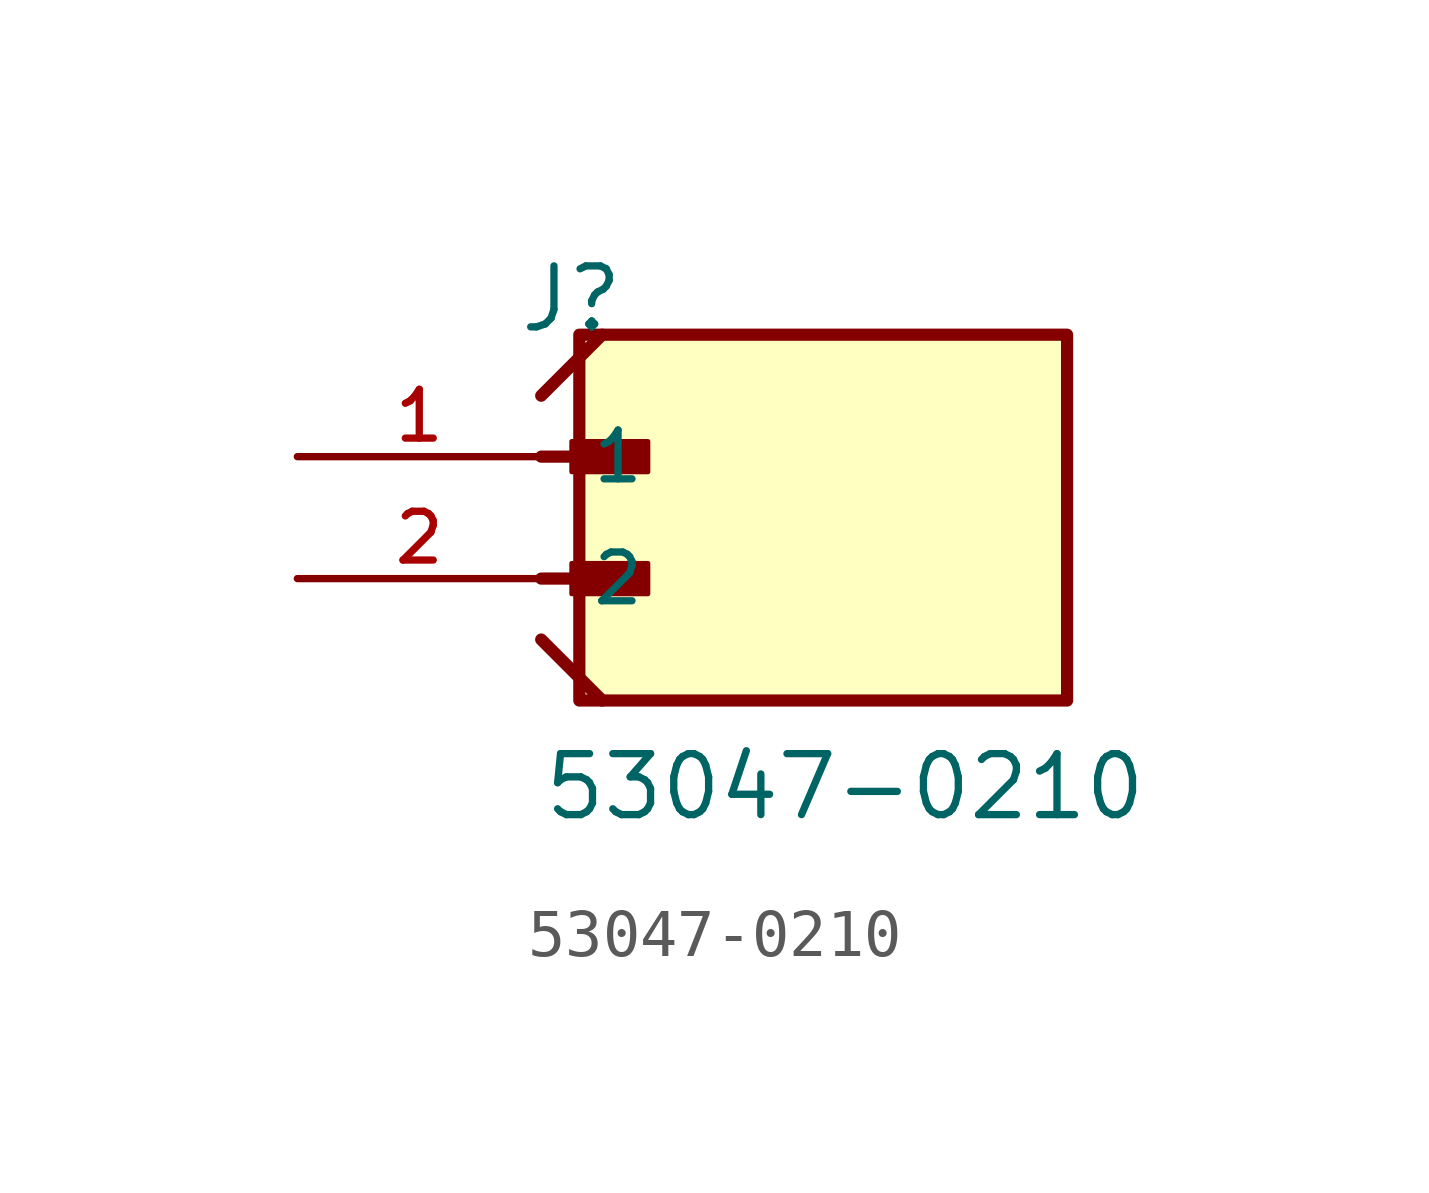
<source format=kicad_sym>
(kicad_symbol_lib
  (version 20231120)
  (generator "kicad_symbol_editor")
  (generator_version "8.0")
  (symbol "53047-0210"
    (pin_names
      (offset 1.016))
    (property "Reference" "J"
      (at -5.58 5.08 0)
      (effects (font (size 1.27 1.27)) (justify left bottom)))
    (property "Value" "53047-0210"
      (at -5.08 -5.08 0)
      (effects (font (size 1.27 1.27)) (justify left bottom)))
    (symbol "53047-0210_0_0"
      (rectangle (start -4.445 -0.318) (end -2.857 0.318) (stroke (width 0.1) (type default)) (fill (type outline)))
      (rectangle (start -4.445 2.223) (end -2.857 2.857) (stroke (width 0.1) (type default)) (fill (type outline)))
      (rectangle (start -4.286 -2.54) (end 5.874 5.08) (stroke (width 0.254) (type default)) (fill (type background)))
      (polyline (pts (xy -5.08 -1.27) (xy -3.81 -2.54)) (stroke (width 0.254) (type default)) (fill (type none)))
      (polyline (pts (xy -5.08 0) (xy -3.175 0)) (stroke (width 0.254) (type default)) (fill (type none)))
      (polyline (pts (xy -5.08 2.54) (xy -3.175 2.54)) (stroke (width 0.254) (type default)) (fill (type none)))
      (polyline (pts (xy -5.08 3.81) (xy -3.81 5.08)) (stroke (width 0.254) (type default)) (fill (type none))))
    (symbol "53047-0210_1_0"
      (pin passive line (at -10.16 2.54 0) (length 5.08) (name "1" (effects (font (size 1.016 1.016)))) (number "1" (effects (font (size 1.016 1.016)))))
      (pin passive line (at -10.16 0 0) (length 5.08) (name "2" (effects (font (size 1.016 1.016)))) (number "2" (effects (font (size 1.016 1.016))))))))
</source>
